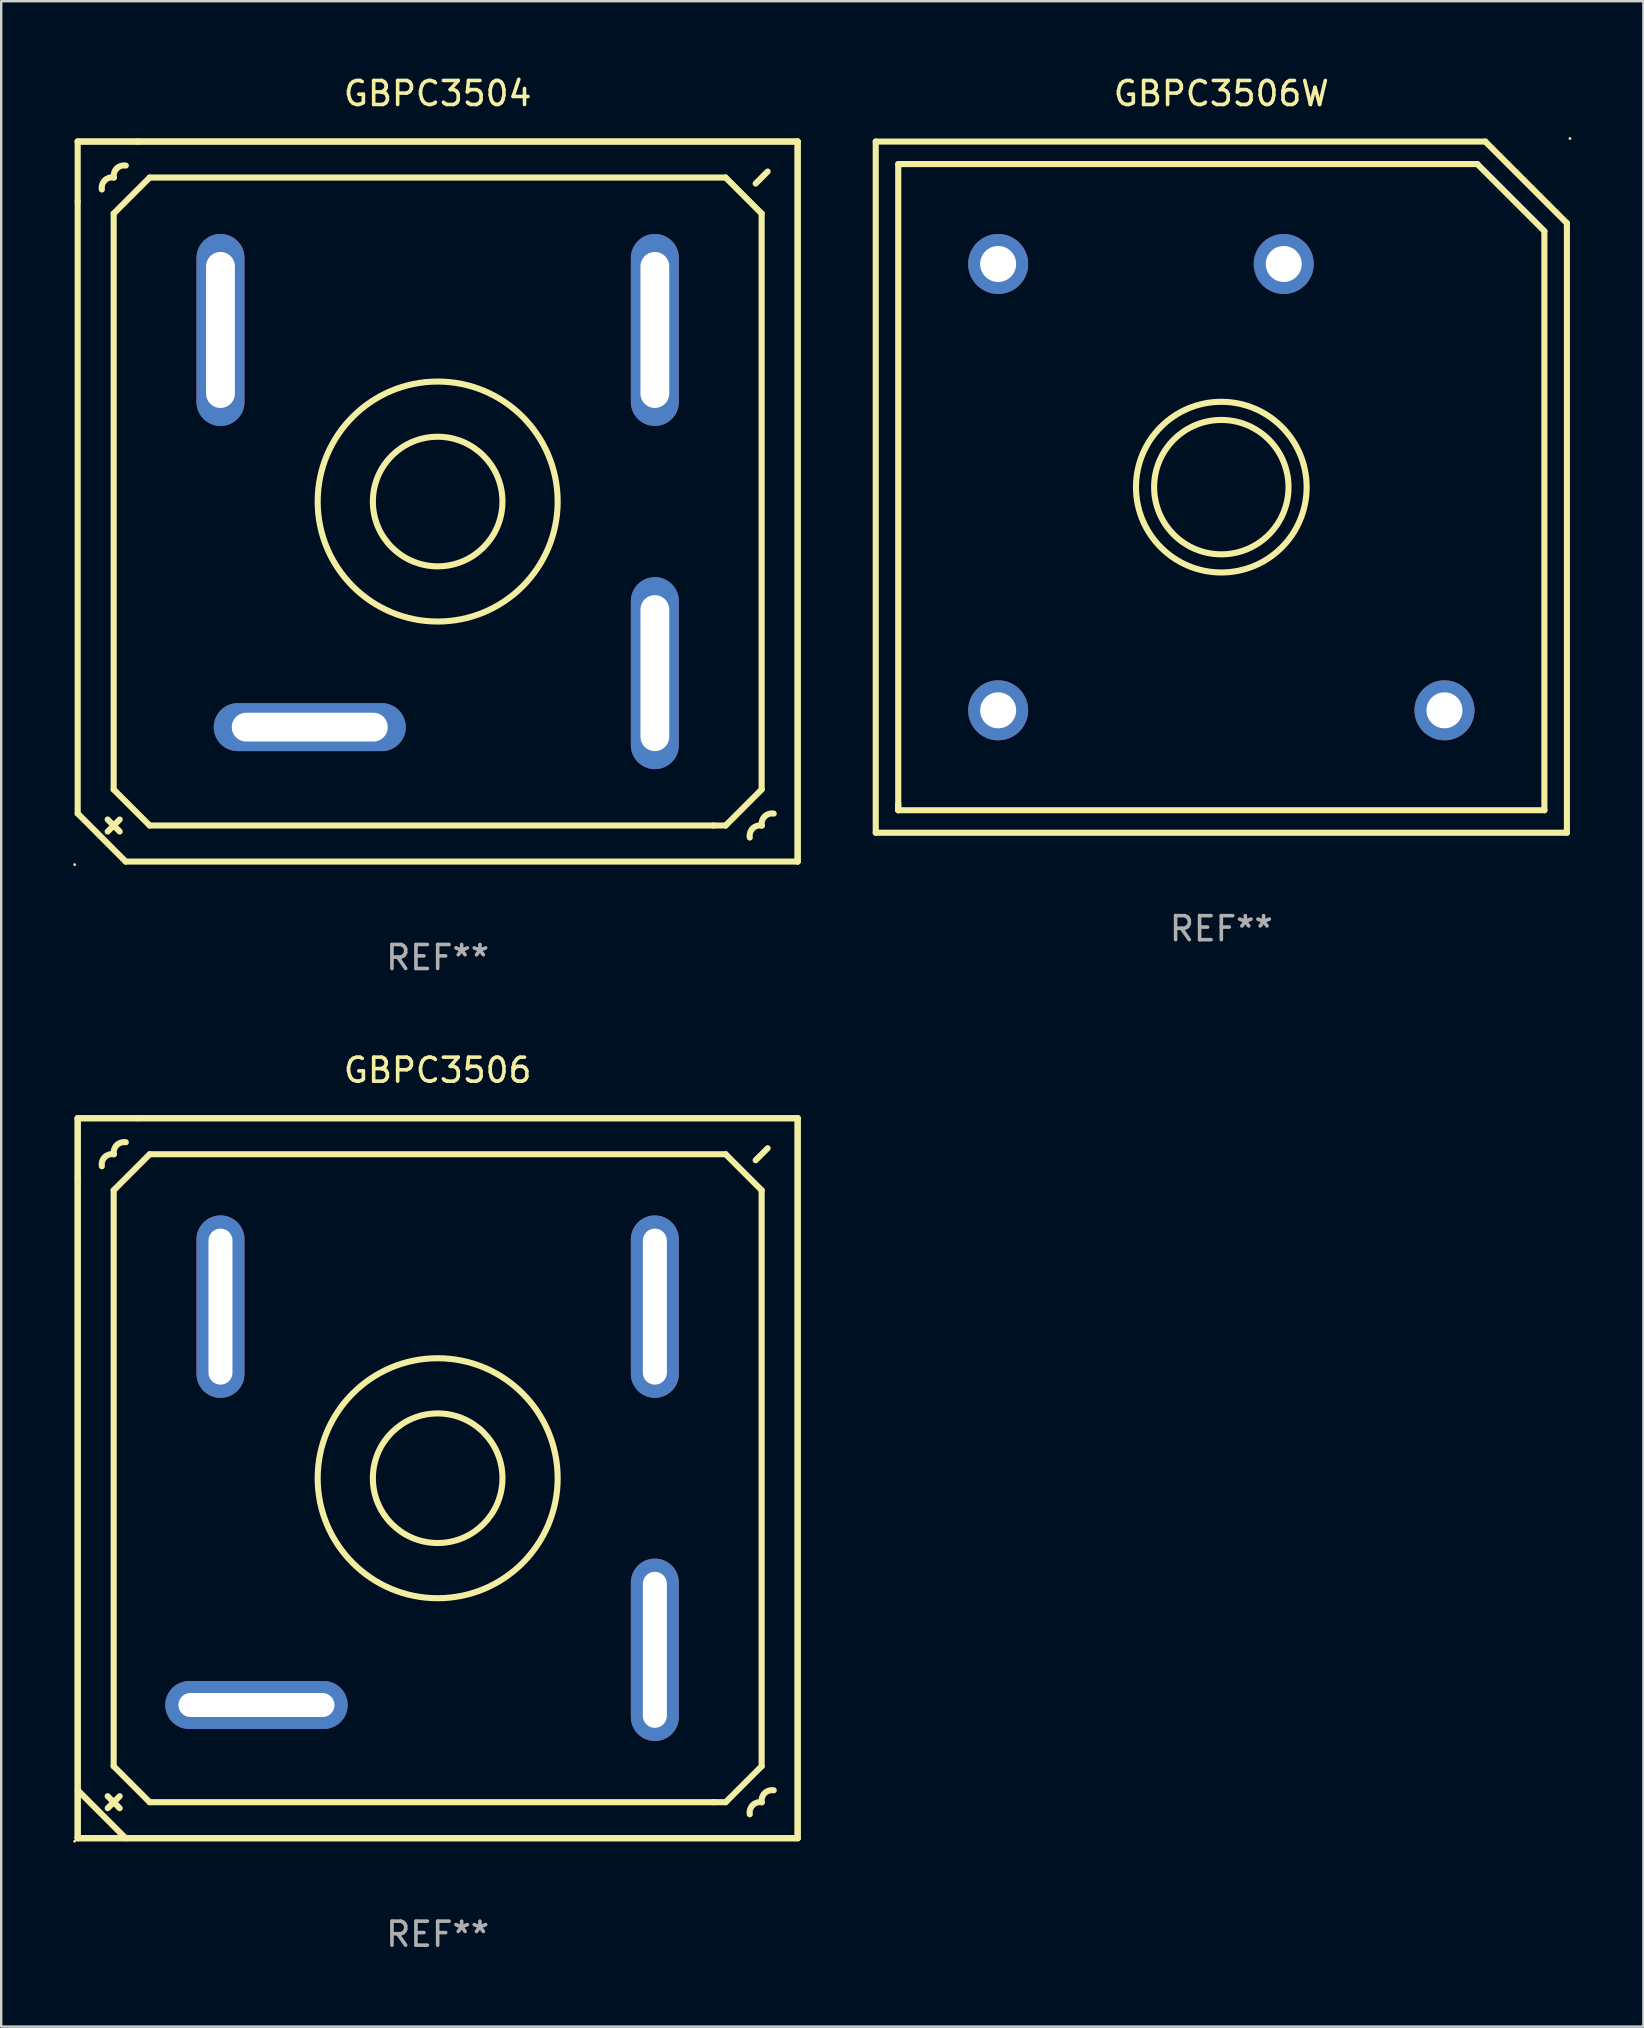
<source format=kicad_pcb>
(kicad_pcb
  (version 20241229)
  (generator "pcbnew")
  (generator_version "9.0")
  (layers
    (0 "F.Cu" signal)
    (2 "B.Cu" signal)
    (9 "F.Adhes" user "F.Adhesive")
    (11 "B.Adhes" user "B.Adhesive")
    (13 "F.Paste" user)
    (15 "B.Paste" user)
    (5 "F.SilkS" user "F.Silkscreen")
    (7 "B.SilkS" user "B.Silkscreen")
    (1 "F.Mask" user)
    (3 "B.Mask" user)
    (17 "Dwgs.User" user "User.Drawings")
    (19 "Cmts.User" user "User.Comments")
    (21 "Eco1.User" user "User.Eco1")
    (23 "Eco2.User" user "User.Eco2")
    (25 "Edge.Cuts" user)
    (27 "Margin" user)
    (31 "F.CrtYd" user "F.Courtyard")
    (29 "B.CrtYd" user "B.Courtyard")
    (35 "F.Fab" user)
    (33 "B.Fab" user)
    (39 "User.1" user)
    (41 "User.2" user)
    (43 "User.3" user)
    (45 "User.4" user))
  (footprint "GBPC3504"
    (layer "F.Cu")
    (at 15.187 17.849)
    (property "Reference" "GBPC3504" (at 0 -17.001 0) (layer "F.SilkS") (effects (font (size 1 1) (thickness 0.15))))
    (attr through_hole)
    (fp_line (start -15 -15.001) (end -12.5 -15.001) (stroke (width 0.254) (type solid)) (layer "F.SilkS"))
    (fp_line (start -15 -15.001) (end 15 -15.001) (stroke (width 0.254) (type solid)) (layer "F.SilkS"))
    (fp_line (start -15 -12.501) (end -15 -15.001) (stroke (width 0.254) (type solid)) (layer "F.SilkS"))
    (fp_line (start -15 -12.501) (end -15 12.999) (stroke (width 0.254) (type solid)) (layer "F.SilkS"))
    (fp_line (start -14.999 12.999) (end -13 15.001) (stroke (width 0.254) (type solid)) (layer "F.SilkS"))
    (fp_line (start -13.75 13.749) (end -13.25 13.249) (stroke (width 0.254) (type solid)) (layer "F.SilkS"))
    (fp_line (start -13.5 -12.001) (end -12 -13.501) (stroke (width 0.254) (type solid)) (layer "F.SilkS"))
    (fp_line (start -13.5 11.999) (end -13.5 -12.001) (stroke (width 0.254) (type solid)) (layer "F.SilkS"))
    (fp_line (start -13.25 13.749) (end -13.75 13.249) (stroke (width 0.254) (type solid)) (layer "F.SilkS"))
    (fp_line (start -13 15.001) (end 15 15.001) (stroke (width 0.254) (type solid)) (layer "F.SilkS"))
    (fp_line (start -12.5 -15.001) (end 15 -15.001) (stroke (width 0.254) (type solid)) (layer "F.SilkS"))
    (fp_line (start -12 -13.501) (end 12 -13.501) (stroke (width 0.254) (type solid)) (layer "F.SilkS"))
    (fp_line (start -12 13.499) (end -13.5 11.999) (stroke (width 0.254) (type solid)) (layer "F.SilkS"))
    (fp_line (start 11.5 13.499) (end -12 13.499) (stroke (width 0.254) (type solid)) (layer "F.SilkS"))
    (fp_line (start 12 -13.501) (end 13.5 -12.001) (stroke (width 0.254) (type solid)) (layer "F.SilkS"))
    (fp_line (start 12 13.499) (end 11.5 13.499) (stroke (width 0.254) (type solid)) (layer "F.SilkS"))
    (fp_line (start 13.5 -12.001) (end 13.5 11.999) (stroke (width 0.254) (type solid)) (layer "F.SilkS"))
    (fp_line (start 13.5 11.999) (end 12 13.499) (stroke (width 0.254) (type solid)) (layer "F.SilkS"))
    (fp_line (start 13.75 -13.751) (end 13.25 -13.251) (stroke (width 0.254) (type solid)) (layer "F.SilkS"))
    (fp_line (start 15 -15.001) (end 15 14.999) (stroke (width 0.254) (type solid)) (layer "F.SilkS"))
    (fp_line (start 15 -15.001) (end 15 14.999) (stroke (width 0.254) (type solid)) (layer "F.SilkS"))
    (fp_arc (start -13.993129 -13.002362) (mid -13.872541 -13.381774) (end -13.49313 -13.502362) (stroke (width 0.254001) (type solid)) (layer "F.SilkS"))
    (fp_arc (start -13.494653 -13.500331) (mid -13.374064 -13.879742) (end -12.994653 -14.00033) (stroke (width 0.254001) (type solid)) (layer "F.SilkS"))
    (fp_arc (start 13.005169 14.000686) (mid 13.125757 13.621274) (end 13.505169 13.500685) (stroke (width 0.254001) (type solid)) (layer "F.SilkS"))
    (fp_arc (start 13.503646 13.502717) (mid 13.624234 13.123306) (end 14.003645 13.002718) (stroke (width 0.254001) (type solid)) (layer "F.SilkS"))
    (fp_circle (center -15.127 15.128) (end -15.097 15.128) (stroke (width 0.06) (type solid)) (fill no) (layer "F.SilkS"))
    (fp_circle (center 0.000064 -0.000457) (end 2.7 -0.000457) (stroke (width 0.254) (type solid)) (fill no) (layer "F.SilkS"))
    (fp_circle (center 0.000064 -0.000457) (end 5 -0.000457) (stroke (width 0.254) (type solid)) (fill no) (layer "F.SilkS"))
    (fp_text user "REF**" (at 0 19.001 0) (layer "F.Fab") (effects (font (size 1 1) (thickness 0.15))))
    (pad "1" thru_hole oval (at -5.33 9.4 270) (size 2 8) (drill oval 1.2 6.5) (layers "*.Cu" "*.Mask"))
    (pad "2" thru_hole oval (at 9.05 7.15) (size 2 8) (drill oval 1.2 6.5) (layers "*.Cu" "*.Mask"))
    (pad "3" thru_hole oval (at 9.05 -7.15) (size 2 8) (drill oval 1.2 6.5) (layers "*.Cu" "*.Mask"))
    (pad "4" thru_hole oval (at -9.05 -7.15 180) (size 2 8) (drill oval 1.2 6.5) (layers "*.Cu" "*.Mask")))
  (footprint "GBPC3506"
    (layer "F.Cu")
    (at 15.187 58.547)
    (property "Reference" "GBPC3506" (at 0 -17.001 0) (layer "F.SilkS") (effects (font (size 1 1) (thickness 0.15))))
    (attr through_hole)
    (fp_line (start -15 -15.001) (end -12.5 -15.001) (stroke (width 0.254) (type solid)) (layer "F.SilkS"))
    (fp_line (start -15 -15.001) (end 15 -15.001) (stroke (width 0.254) (type solid)) (layer "F.SilkS"))
    (fp_line (start -15 -12.501) (end -15 -15.001) (stroke (width 0.254) (type solid)) (layer "F.SilkS"))
    (fp_line (start -15 14.999) (end -15 -15.001) (stroke (width 0.254) (type solid)) (layer "F.SilkS"))
    (fp_line (start -15 14.999) (end -15 -12.501) (stroke (width 0.254) (type solid)) (layer "F.SilkS"))
    (fp_line (start -14.999 12.999) (end -13 15.001) (stroke (width 0.254) (type solid)) (layer "F.SilkS"))
    (fp_line (start -13.75 13.749) (end -13.25 13.249) (stroke (width 0.254) (type solid)) (layer "F.SilkS"))
    (fp_line (start -13.5 -12.001) (end -12 -13.501) (stroke (width 0.254) (type solid)) (layer "F.SilkS"))
    (fp_line (start -13.5 11.999) (end -13.5 -12.001) (stroke (width 0.254) (type solid)) (layer "F.SilkS"))
    (fp_line (start -13.25 13.749) (end -13.75 13.249) (stroke (width 0.254) (type solid)) (layer "F.SilkS"))
    (fp_line (start -12.5 -15.001) (end 15 -15.001) (stroke (width 0.254) (type solid)) (layer "F.SilkS"))
    (fp_line (start -12 -13.501) (end 12 -13.501) (stroke (width 0.254) (type solid)) (layer "F.SilkS"))
    (fp_line (start -12 13.499) (end -13.5 11.999) (stroke (width 0.254) (type solid)) (layer "F.SilkS"))
    (fp_line (start 11.5 13.499) (end -12 13.499) (stroke (width 0.254) (type solid)) (layer "F.SilkS"))
    (fp_line (start 12 -13.501) (end 13.5 -12.001) (stroke (width 0.254) (type solid)) (layer "F.SilkS"))
    (fp_line (start 12 13.499) (end 11.5 13.499) (stroke (width 0.254) (type solid)) (layer "F.SilkS"))
    (fp_line (start 13.5 -12.001) (end 13.5 11.999) (stroke (width 0.254) (type solid)) (layer "F.SilkS"))
    (fp_line (start 13.5 11.999) (end 12 13.499) (stroke (width 0.254) (type solid)) (layer "F.SilkS"))
    (fp_line (start 13.75 -13.751) (end 13.25 -13.251) (stroke (width 0.254) (type solid)) (layer "F.SilkS"))
    (fp_line (start 15 -15.001) (end 15 14.999) (stroke (width 0.254) (type solid)) (layer "F.SilkS"))
    (fp_line (start 15 -15.001) (end 15 14.999) (stroke (width 0.254) (type solid)) (layer "F.SilkS"))
    (fp_line (start 15 14.999) (end -15 14.999) (stroke (width 0.254) (type solid)) (layer "F.SilkS"))
    (fp_line (start 15 14.999) (end -15 14.999) (stroke (width 0.254) (type solid)) (layer "F.SilkS"))
    (fp_arc (start -13.993167 -13.002413) (mid -13.872579 -13.381824) (end -13.493168 -13.502412) (stroke (width 0.254001) (type solid)) (layer "F.SilkS"))
    (fp_arc (start -13.494692 -13.500381) (mid -13.374103 -13.879793) (end -12.994691 -14.000381) (stroke (width 0.254001) (type solid)) (layer "F.SilkS"))
    (fp_arc (start 13.005131 14.000635) (mid 13.125719 13.621224) (end 13.50513 13.500636) (stroke (width 0.254001) (type solid)) (layer "F.SilkS"))
    (fp_arc (start 13.503606 13.502667) (mid 13.624195 13.123255) (end 14.003607 13.002667) (stroke (width 0.254001) (type solid)) (layer "F.SilkS"))
    (fp_circle (center -15.127 15.128) (end -15.097 15.128) (stroke (width 0.06) (type solid)) (fill no) (layer "F.SilkS"))
    (fp_circle (center 0 -0.001) (end 2.7 -0.001) (stroke (width 0.254) (type solid)) (fill no) (layer "F.SilkS"))
    (fp_circle (center 0 -0.001) (end 5 -0.001) (stroke (width 0.254) (type solid)) (fill no) (layer "F.SilkS"))
    (fp_text user "REF**" (at 0 19.001 0) (layer "F.Fab") (effects (font (size 1 1) (thickness 0.15))))
    (pad "1" thru_hole oval (at -7.55 9.449 270) (size 2 7.6) (drill oval 1 6.5) (layers "*.Cu" "*.Mask"))
    (pad "2" thru_hole oval (at -9.05 -7.151 180) (size 2 7.6) (drill oval 1 6.5) (layers "*.Cu" "*.Mask"))
    (pad "3" thru_hole oval (at 9.05 -7.151) (size 2 7.6) (drill oval 1 6.5) (layers "*.Cu" "*.Mask"))
    (pad "4" thru_hole oval (at 9.05 7.149) (size 2 7.6) (drill oval 1 6.5) (layers "*.Cu" "*.Mask")))
  (footprint "GBPC3506W"
    (layer "F.Cu")
    (at 47.841 17.249)
    (property "Reference" "GBPC3506W" (at 0 -16.4 0) (layer "F.SilkS") (effects (font (size 1 1) (thickness 0.15))))
    (attr through_hole)
    (fp_line (start -14.4 14.4) (end 14.4 14.4) (stroke (width 0.254) (type solid)) (layer "F.SilkS"))
    (fp_line (start -14.4 14.4) (end -14.4 -14.4) (stroke (width 0.254) (type solid)) (layer "F.SilkS"))
    (fp_line (start -13.462 -13.462) (end 10.668 -13.462) (stroke (width 0.254) (type solid)) (layer "F.SilkS"))
    (fp_line (start -13.462 13.462) (end -13.462 -13.462) (stroke (width 0.254) (type solid)) (layer "F.SilkS"))
    (fp_line (start -13.462 13.462) (end -13.462 13.208) (stroke (width 0.254) (type solid)) (layer "F.SilkS"))
    (fp_line (start 10.668 -13.462) (end 13.462 -10.668) (stroke (width 0.254) (type solid)) (layer "F.SilkS"))
    (fp_line (start 11 -14.4) (end -14.4 -14.4) (stroke (width 0.254) (type solid)) (layer "F.SilkS"))
    (fp_line (start 11 -14.4) (end 14.4 -11) (stroke (width 0.254) (type solid)) (layer "F.SilkS"))
    (fp_line (start 13.462 -10.668) (end 13.462 13.462) (stroke (width 0.254) (type solid)) (layer "F.SilkS"))
    (fp_line (start 13.462 13.462) (end -13.462 13.462) (stroke (width 0.254) (type solid)) (layer "F.SilkS"))
    (fp_line (start 14.4 14.4) (end 14.4 -11) (stroke (width 0.254) (type solid)) (layer "F.SilkS"))
    (fp_circle (center 0 -0.000381) (end 2.8 -0.000381) (stroke (width 0.254) (type solid)) (fill no) (layer "F.SilkS"))
    (fp_circle (center 0 -0.000381) (end 3.556 -0.000381) (stroke (width 0.254) (type solid)) (fill no) (layer "F.SilkS"))
    (fp_circle (center 14.527 -14.527) (end 14.557 -14.527) (stroke (width 0.06) (type solid)) (fill no) (layer "F.SilkS"))
    (fp_text user "REF**" (at 0 18.4 0) (layer "F.Fab") (effects (font (size 1 1) (thickness 0.15))))
    (pad "1" thru_hole circle (at 2.601 -9.299) (size 2.5 2.5) (drill 1.5) (layers "*.Cu" "*.Mask"))
    (pad "2" thru_hole circle (at 9.299 9.299) (size 2.5 2.5) (drill 1.5) (layers "*.Cu" "*.Mask"))
    (pad "3" thru_hole circle (at -9.299 9.299) (size 2.5 2.5) (drill 1.5) (layers "*.Cu" "*.Mask"))
    (pad "4" thru_hole circle (at -9.299 -9.299) (size 2.5 2.5) (drill 1.5) (layers "*.Cu" "*.Mask")))
  (gr_rect
    (start -3 -3)
    (end 65.428 81.396)
    (stroke (width 0.1) (type default))
    (fill no)
    (layer "Edge.Cuts")))
</source>
